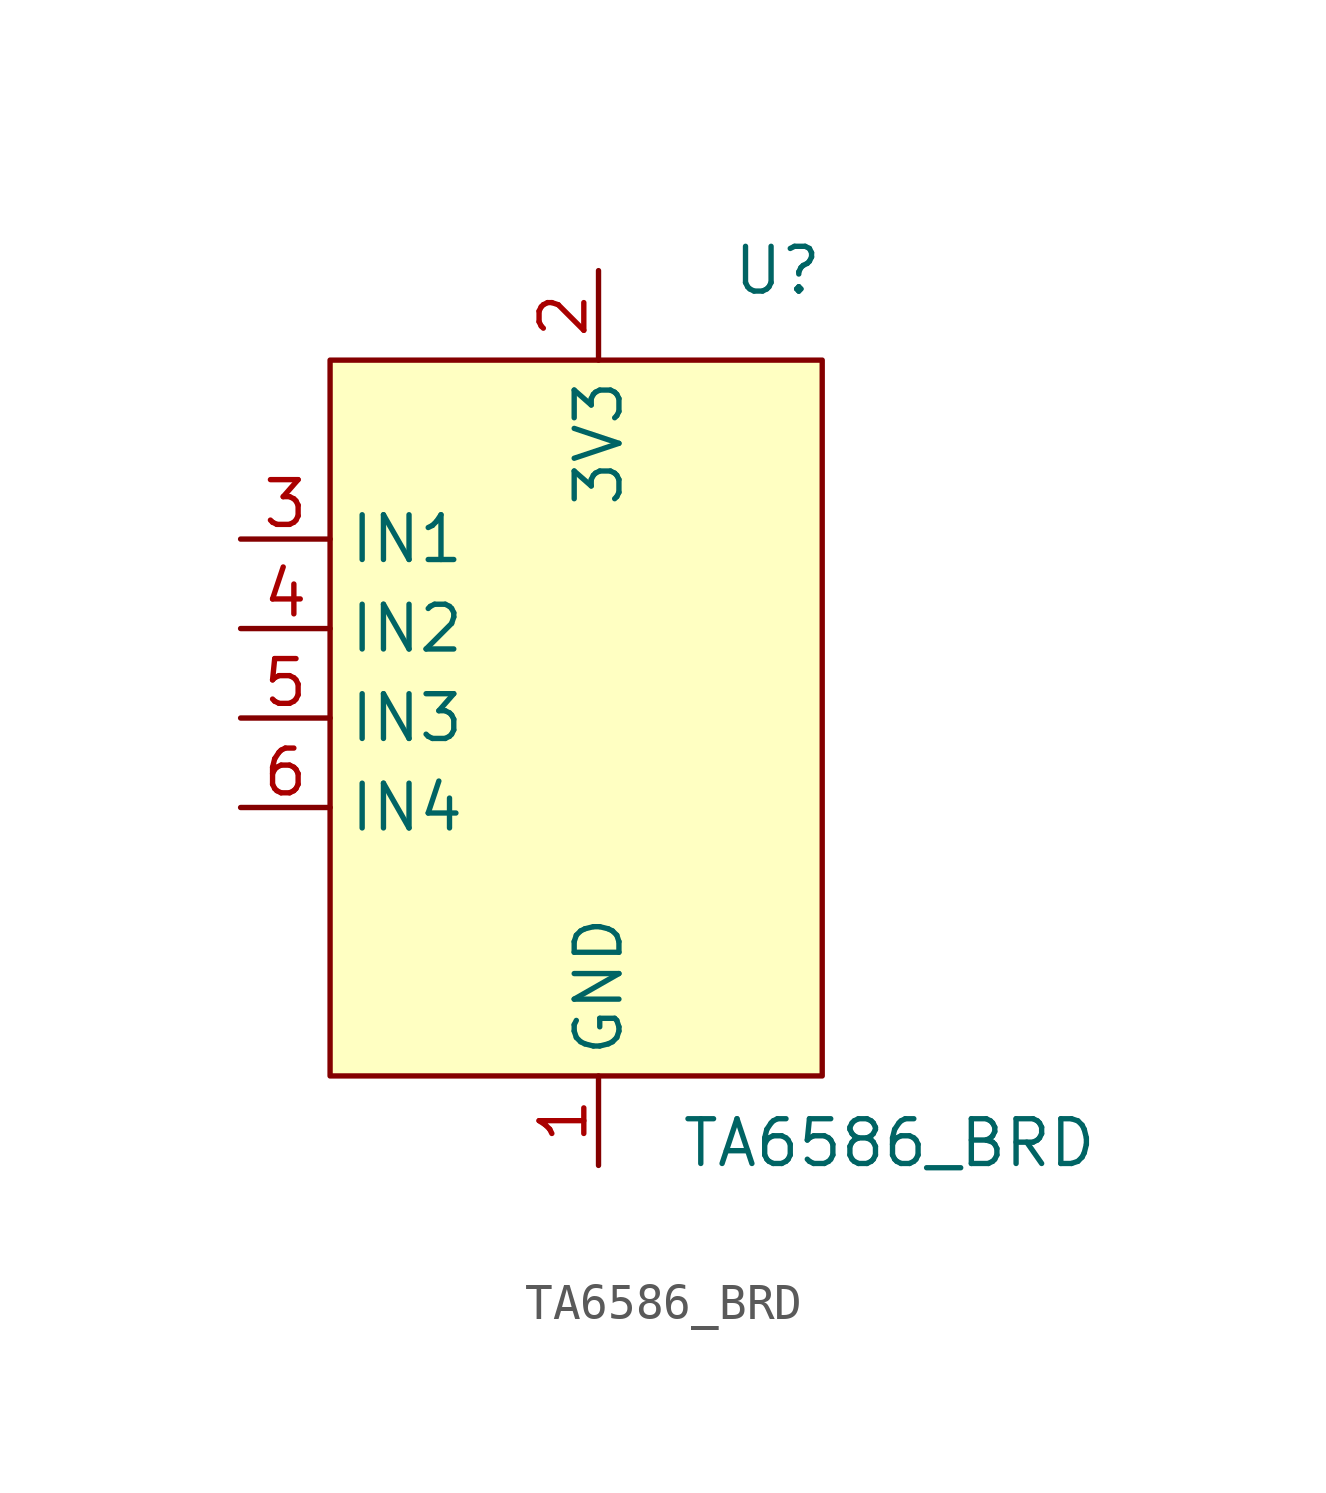
<source format=kicad_sym>
(kicad_symbol_lib
  (version 20211014)
  (generator kicad_symbol_editor)
  (symbol "TA6586_BRD"
    (property "Reference" "U"
      (at 5.08 12.7 0)
      (effects (font (size 1.27 1.27))))
    (property "Value" "TA6586_BRD"
      (at 8.255 -12.065 0)
      (effects (font (size 1.27 1.27))))
    (symbol "TA6586_BRD_0_1"
      (rectangle (start -7.62 10.16) (end 6.35 -10.16) (stroke (width 0) (type default) (color 0 0 0 0)) (fill (type background))))
    (symbol "TA6586_BRD_1_1"
      (pin power_in line (at 0 -12.7 90) (length 2.54) (name "GND" (effects (font (size 1.27 1.27)))) (number "1" (effects (font (size 1.27 1.27)))))
      (pin power_in line (at 0 12.7 270) (length 2.54) (name "3V3" (effects (font (size 1.27 1.27)))) (number "2" (effects (font (size 1.27 1.27)))))
      (pin input line (at -10.16 5.08 0) (length 2.54) (name "IN1" (effects (font (size 1.27 1.27)))) (number "3" (effects (font (size 1.27 1.27)))))
      (pin input line (at -10.16 2.54 0) (length 2.54) (name "IN2" (effects (font (size 1.27 1.27)))) (number "4" (effects (font (size 1.27 1.27)))))
      (pin input line (at -10.16 0 0) (length 2.54) (name "IN3" (effects (font (size 1.27 1.27)))) (number "5" (effects (font (size 1.27 1.27)))))
      (pin input line (at -10.16 -2.54 0) (length 2.54) (name "IN4" (effects (font (size 1.27 1.27)))) (number "6" (effects (font (size 1.27 1.27))))))))
</source>
